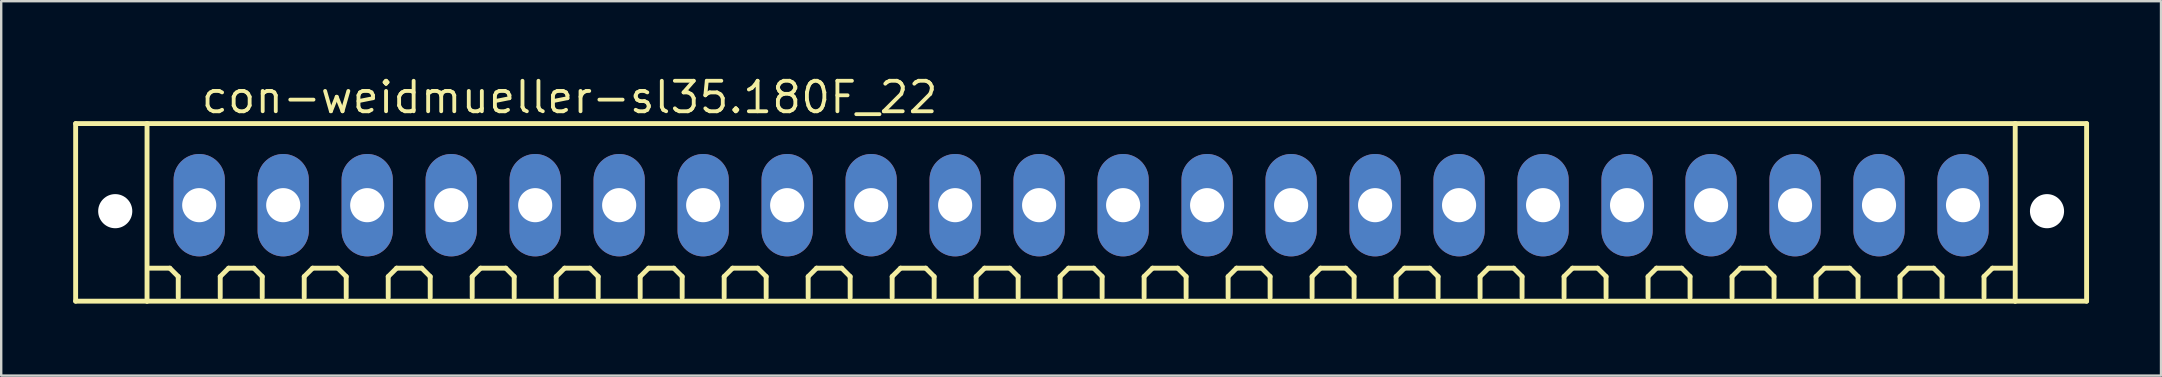
<source format=kicad_pcb>
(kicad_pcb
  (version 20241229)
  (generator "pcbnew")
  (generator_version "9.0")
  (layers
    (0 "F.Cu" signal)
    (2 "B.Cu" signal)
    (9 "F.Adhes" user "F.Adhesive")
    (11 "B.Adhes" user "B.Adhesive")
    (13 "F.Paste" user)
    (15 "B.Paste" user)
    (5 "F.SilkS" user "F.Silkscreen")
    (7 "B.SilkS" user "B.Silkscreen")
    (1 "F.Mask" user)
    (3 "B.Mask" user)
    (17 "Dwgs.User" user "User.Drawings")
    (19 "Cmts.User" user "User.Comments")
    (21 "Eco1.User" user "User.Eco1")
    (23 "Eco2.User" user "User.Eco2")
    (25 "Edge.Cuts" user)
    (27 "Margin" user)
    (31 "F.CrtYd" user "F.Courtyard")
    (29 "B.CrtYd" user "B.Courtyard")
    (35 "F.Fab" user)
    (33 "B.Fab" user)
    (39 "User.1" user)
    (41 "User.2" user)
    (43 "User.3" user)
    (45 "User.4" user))
  (footprint "con-weidmueller-sl35.180F_22"
    (layer "F.Cu")
    (at 42.002 5.5)
    (property "Reference" "con-weidmueller-sl35.180F_22" (at -36.75 -3.75 0) (layer "F.SilkS") (effects (font (size 1.27 1.27) (thickness 0.16)) (justify left bottom)))
    (attr through_hole)
    (fp_line (start -41.9 -3.4) (end -38.925 -3.4) (stroke (width 0.203) (type default)) (layer "F.SilkS"))
    (fp_line (start -41.9 4) (end -41.9 -3.4) (stroke (width 0.203) (type default)) (layer "F.SilkS"))
    (fp_line (start -38.925 -3.4) (end 38.925 -3.4) (stroke (width 0.203) (type default)) (layer "F.SilkS"))
    (fp_line (start -38.925 4) (end -41.9 4) (stroke (width 0.203) (type default)) (layer "F.SilkS"))
    (fp_line (start -38.925 4) (end -38.925 -3.4) (stroke (width 0.203) (type default)) (layer "F.SilkS"))
    (fp_line (start -37.975 2.625) (end -38.85 2.625) (stroke (width 0.203) (type default)) (layer "F.SilkS"))
    (fp_line (start -37.625 2.975) (end -37.975 2.625) (stroke (width 0.203) (type default)) (layer "F.SilkS"))
    (fp_line (start -37.625 3.85) (end -37.625 2.975) (stroke (width 0.203) (type default)) (layer "F.SilkS"))
    (fp_line (start -35.875 2.975) (end -35.525 2.625) (stroke (width 0.203) (type default)) (layer "F.SilkS"))
    (fp_line (start -35.875 3.85) (end -35.875 2.975) (stroke (width 0.203) (type default)) (layer "F.SilkS"))
    (fp_line (start -35.525 2.625) (end -34.475 2.625) (stroke (width 0.203) (type default)) (layer "F.SilkS"))
    (fp_line (start -34.475 2.625) (end -34.125 2.975) (stroke (width 0.203) (type default)) (layer "F.SilkS"))
    (fp_line (start -34.125 2.975) (end -34.125 3.85) (stroke (width 0.203) (type default)) (layer "F.SilkS"))
    (fp_line (start -32.375 2.975) (end -32.025 2.625) (stroke (width 0.203) (type default)) (layer "F.SilkS"))
    (fp_line (start -32.375 3.85) (end -32.375 2.975) (stroke (width 0.203) (type default)) (layer "F.SilkS"))
    (fp_line (start -32.025 2.625) (end -30.975 2.625) (stroke (width 0.203) (type default)) (layer "F.SilkS"))
    (fp_line (start -30.975 2.625) (end -30.625 2.975) (stroke (width 0.203) (type default)) (layer "F.SilkS"))
    (fp_line (start -30.625 2.975) (end -30.625 3.85) (stroke (width 0.203) (type default)) (layer "F.SilkS"))
    (fp_line (start -28.875 2.975) (end -28.525 2.625) (stroke (width 0.203) (type default)) (layer "F.SilkS"))
    (fp_line (start -28.875 3.85) (end -28.875 2.975) (stroke (width 0.203) (type default)) (layer "F.SilkS"))
    (fp_line (start -28.525 2.625) (end -27.475 2.625) (stroke (width 0.203) (type default)) (layer "F.SilkS"))
    (fp_line (start -27.475 2.625) (end -27.125 2.975) (stroke (width 0.203) (type default)) (layer "F.SilkS"))
    (fp_line (start -27.125 2.975) (end -27.125 3.85) (stroke (width 0.203) (type default)) (layer "F.SilkS"))
    (fp_line (start -25.375 2.975) (end -25.025 2.625) (stroke (width 0.203) (type default)) (layer "F.SilkS"))
    (fp_line (start -25.375 3.85) (end -25.375 2.975) (stroke (width 0.203) (type default)) (layer "F.SilkS"))
    (fp_line (start -25.025 2.625) (end -23.975 2.625) (stroke (width 0.203) (type default)) (layer "F.SilkS"))
    (fp_line (start -23.975 2.625) (end -23.625 2.975) (stroke (width 0.203) (type default)) (layer "F.SilkS"))
    (fp_line (start -23.625 2.975) (end -23.625 3.85) (stroke (width 0.203) (type default)) (layer "F.SilkS"))
    (fp_line (start -21.875 2.975) (end -21.525 2.625) (stroke (width 0.203) (type default)) (layer "F.SilkS"))
    (fp_line (start -21.875 3.85) (end -21.875 2.975) (stroke (width 0.203) (type default)) (layer "F.SilkS"))
    (fp_line (start -21.525 2.625) (end -20.475 2.625) (stroke (width 0.203) (type default)) (layer "F.SilkS"))
    (fp_line (start -20.475 2.625) (end -20.125 2.975) (stroke (width 0.203) (type default)) (layer "F.SilkS"))
    (fp_line (start -20.125 2.975) (end -20.125 3.85) (stroke (width 0.203) (type default)) (layer "F.SilkS"))
    (fp_line (start -18.375 2.975) (end -18.025 2.625) (stroke (width 0.203) (type default)) (layer "F.SilkS"))
    (fp_line (start -18.375 3.85) (end -18.375 2.975) (stroke (width 0.203) (type default)) (layer "F.SilkS"))
    (fp_line (start -18.025 2.625) (end -16.975 2.625) (stroke (width 0.203) (type default)) (layer "F.SilkS"))
    (fp_line (start -16.975 2.625) (end -16.625 2.975) (stroke (width 0.203) (type default)) (layer "F.SilkS"))
    (fp_line (start -16.625 2.975) (end -16.625 3.85) (stroke (width 0.203) (type default)) (layer "F.SilkS"))
    (fp_line (start -14.875 2.975) (end -14.525 2.625) (stroke (width 0.203) (type default)) (layer "F.SilkS"))
    (fp_line (start -14.875 3.85) (end -14.875 2.975) (stroke (width 0.203) (type default)) (layer "F.SilkS"))
    (fp_line (start -14.525 2.625) (end -13.475 2.625) (stroke (width 0.203) (type default)) (layer "F.SilkS"))
    (fp_line (start -13.475 2.625) (end -13.125 2.975) (stroke (width 0.203) (type default)) (layer "F.SilkS"))
    (fp_line (start -13.125 2.975) (end -13.125 3.85) (stroke (width 0.203) (type default)) (layer "F.SilkS"))
    (fp_line (start -11.375 2.975) (end -11.025 2.625) (stroke (width 0.203) (type default)) (layer "F.SilkS"))
    (fp_line (start -11.375 3.85) (end -11.375 2.975) (stroke (width 0.203) (type default)) (layer "F.SilkS"))
    (fp_line (start -11.025 2.625) (end -9.975 2.625) (stroke (width 0.203) (type default)) (layer "F.SilkS"))
    (fp_line (start -9.975 2.625) (end -9.625 2.975) (stroke (width 0.203) (type default)) (layer "F.SilkS"))
    (fp_line (start -9.625 2.975) (end -9.625 3.85) (stroke (width 0.203) (type default)) (layer "F.SilkS"))
    (fp_line (start -7.875 2.975) (end -7.525 2.625) (stroke (width 0.203) (type default)) (layer "F.SilkS"))
    (fp_line (start -7.875 3.85) (end -7.875 2.975) (stroke (width 0.203) (type default)) (layer "F.SilkS"))
    (fp_line (start -7.525 2.625) (end -6.475 2.625) (stroke (width 0.203) (type default)) (layer "F.SilkS"))
    (fp_line (start -6.475 2.625) (end -6.125 2.975) (stroke (width 0.203) (type default)) (layer "F.SilkS"))
    (fp_line (start -6.125 2.975) (end -6.125 3.85) (stroke (width 0.203) (type default)) (layer "F.SilkS"))
    (fp_line (start -4.375 2.975) (end -4.025 2.625) (stroke (width 0.203) (type default)) (layer "F.SilkS"))
    (fp_line (start -4.375 3.85) (end -4.375 2.975) (stroke (width 0.203) (type default)) (layer "F.SilkS"))
    (fp_line (start -4.025 2.625) (end -2.975 2.625) (stroke (width 0.203) (type default)) (layer "F.SilkS"))
    (fp_line (start -2.975 2.625) (end -2.625 2.975) (stroke (width 0.203) (type default)) (layer "F.SilkS"))
    (fp_line (start -2.625 2.975) (end -2.625 3.85) (stroke (width 0.203) (type default)) (layer "F.SilkS"))
    (fp_line (start -0.875 2.975) (end -0.525 2.625) (stroke (width 0.203) (type default)) (layer "F.SilkS"))
    (fp_line (start -0.875 3.85) (end -0.875 2.975) (stroke (width 0.203) (type default)) (layer "F.SilkS"))
    (fp_line (start -0.525 2.625) (end 0.525 2.625) (stroke (width 0.203) (type default)) (layer "F.SilkS"))
    (fp_line (start 0.525 2.625) (end 0.875 2.975) (stroke (width 0.203) (type default)) (layer "F.SilkS"))
    (fp_line (start 0.875 2.975) (end 0.875 3.85) (stroke (width 0.203) (type default)) (layer "F.SilkS"))
    (fp_line (start 2.625 2.975) (end 2.975 2.625) (stroke (width 0.203) (type default)) (layer "F.SilkS"))
    (fp_line (start 2.625 3.85) (end 2.625 2.975) (stroke (width 0.203) (type default)) (layer "F.SilkS"))
    (fp_line (start 2.975 2.625) (end 4.025 2.625) (stroke (width 0.203) (type default)) (layer "F.SilkS"))
    (fp_line (start 4.025 2.625) (end 4.375 2.975) (stroke (width 0.203) (type default)) (layer "F.SilkS"))
    (fp_line (start 4.375 2.975) (end 4.375 3.85) (stroke (width 0.203) (type default)) (layer "F.SilkS"))
    (fp_line (start 6.125 2.975) (end 6.475 2.625) (stroke (width 0.203) (type default)) (layer "F.SilkS"))
    (fp_line (start 6.125 3.85) (end 6.125 2.975) (stroke (width 0.203) (type default)) (layer "F.SilkS"))
    (fp_line (start 6.475 2.625) (end 7.525 2.625) (stroke (width 0.203) (type default)) (layer "F.SilkS"))
    (fp_line (start 7.525 2.625) (end 7.875 2.975) (stroke (width 0.203) (type default)) (layer "F.SilkS"))
    (fp_line (start 7.875 2.975) (end 7.875 3.85) (stroke (width 0.203) (type default)) (layer "F.SilkS"))
    (fp_line (start 9.625 2.975) (end 9.975 2.625) (stroke (width 0.203) (type default)) (layer "F.SilkS"))
    (fp_line (start 9.625 3.85) (end 9.625 2.975) (stroke (width 0.203) (type default)) (layer "F.SilkS"))
    (fp_line (start 9.975 2.625) (end 11.025 2.625) (stroke (width 0.203) (type default)) (layer "F.SilkS"))
    (fp_line (start 11.025 2.625) (end 11.375 2.975) (stroke (width 0.203) (type default)) (layer "F.SilkS"))
    (fp_line (start 11.375 2.975) (end 11.375 3.85) (stroke (width 0.203) (type default)) (layer "F.SilkS"))
    (fp_line (start 13.125 2.975) (end 13.475 2.625) (stroke (width 0.203) (type default)) (layer "F.SilkS"))
    (fp_line (start 13.125 3.85) (end 13.125 2.975) (stroke (width 0.203) (type default)) (layer "F.SilkS"))
    (fp_line (start 13.475 2.625) (end 14.525 2.625) (stroke (width 0.203) (type default)) (layer "F.SilkS"))
    (fp_line (start 14.525 2.625) (end 14.875 2.975) (stroke (width 0.203) (type default)) (layer "F.SilkS"))
    (fp_line (start 14.875 2.975) (end 14.875 3.85) (stroke (width 0.203) (type default)) (layer "F.SilkS"))
    (fp_line (start 16.625 2.975) (end 16.975 2.625) (stroke (width 0.203) (type default)) (layer "F.SilkS"))
    (fp_line (start 16.625 3.85) (end 16.625 2.975) (stroke (width 0.203) (type default)) (layer "F.SilkS"))
    (fp_line (start 16.975 2.625) (end 18.025 2.625) (stroke (width 0.203) (type default)) (layer "F.SilkS"))
    (fp_line (start 18.025 2.625) (end 18.375 2.975) (stroke (width 0.203) (type default)) (layer "F.SilkS"))
    (fp_line (start 18.375 2.975) (end 18.375 3.85) (stroke (width 0.203) (type default)) (layer "F.SilkS"))
    (fp_line (start 20.125 2.975) (end 20.475 2.625) (stroke (width 0.203) (type default)) (layer "F.SilkS"))
    (fp_line (start 20.125 3.85) (end 20.125 2.975) (stroke (width 0.203) (type default)) (layer "F.SilkS"))
    (fp_line (start 20.475 2.625) (end 21.525 2.625) (stroke (width 0.203) (type default)) (layer "F.SilkS"))
    (fp_line (start 21.525 2.625) (end 21.875 2.975) (stroke (width 0.203) (type default)) (layer "F.SilkS"))
    (fp_line (start 21.875 2.975) (end 21.875 3.85) (stroke (width 0.203) (type default)) (layer "F.SilkS"))
    (fp_line (start 23.625 2.975) (end 23.975 2.625) (stroke (width 0.203) (type default)) (layer "F.SilkS"))
    (fp_line (start 23.625 3.85) (end 23.625 2.975) (stroke (width 0.203) (type default)) (layer "F.SilkS"))
    (fp_line (start 23.975 2.625) (end 25.025 2.625) (stroke (width 0.203) (type default)) (layer "F.SilkS"))
    (fp_line (start 25.025 2.625) (end 25.375 2.975) (stroke (width 0.203) (type default)) (layer "F.SilkS"))
    (fp_line (start 25.375 2.975) (end 25.375 3.85) (stroke (width 0.203) (type default)) (layer "F.SilkS"))
    (fp_line (start 27.125 2.975) (end 27.475 2.625) (stroke (width 0.203) (type default)) (layer "F.SilkS"))
    (fp_line (start 27.125 3.85) (end 27.125 2.975) (stroke (width 0.203) (type default)) (layer "F.SilkS"))
    (fp_line (start 27.475 2.625) (end 28.525 2.625) (stroke (width 0.203) (type default)) (layer "F.SilkS"))
    (fp_line (start 28.525 2.625) (end 28.875 2.975) (stroke (width 0.203) (type default)) (layer "F.SilkS"))
    (fp_line (start 28.875 2.975) (end 28.875 3.85) (stroke (width 0.203) (type default)) (layer "F.SilkS"))
    (fp_line (start 30.625 2.975) (end 30.975 2.625) (stroke (width 0.203) (type default)) (layer "F.SilkS"))
    (fp_line (start 30.625 3.85) (end 30.625 2.975) (stroke (width 0.203) (type default)) (layer "F.SilkS"))
    (fp_line (start 30.975 2.625) (end 32.025 2.625) (stroke (width 0.203) (type default)) (layer "F.SilkS"))
    (fp_line (start 32.025 2.625) (end 32.375 2.975) (stroke (width 0.203) (type default)) (layer "F.SilkS"))
    (fp_line (start 32.375 2.975) (end 32.375 3.85) (stroke (width 0.203) (type default)) (layer "F.SilkS"))
    (fp_line (start 34.125 2.975) (end 34.475 2.625) (stroke (width 0.203) (type default)) (layer "F.SilkS"))
    (fp_line (start 34.125 3.85) (end 34.125 2.975) (stroke (width 0.203) (type default)) (layer "F.SilkS"))
    (fp_line (start 34.475 2.625) (end 35.525 2.625) (stroke (width 0.203) (type default)) (layer "F.SilkS"))
    (fp_line (start 35.525 2.625) (end 35.875 2.975) (stroke (width 0.203) (type default)) (layer "F.SilkS"))
    (fp_line (start 35.875 2.975) (end 35.875 3.85) (stroke (width 0.203) (type default)) (layer "F.SilkS"))
    (fp_line (start 37.625 2.975) (end 37.975 2.625) (stroke (width 0.203) (type default)) (layer "F.SilkS"))
    (fp_line (start 37.625 3.85) (end 37.625 2.975) (stroke (width 0.203) (type default)) (layer "F.SilkS"))
    (fp_line (start 37.975 2.625) (end 38.85 2.625) (stroke (width 0.203) (type default)) (layer "F.SilkS"))
    (fp_line (start 38.925 -3.4) (end 38.925 4) (stroke (width 0.203) (type default)) (layer "F.SilkS"))
    (fp_line (start 38.925 -3.4) (end 41.9 -3.4) (stroke (width 0.203) (type default)) (layer "F.SilkS"))
    (fp_line (start 38.925 4) (end -38.925 4) (stroke (width 0.203) (type default)) (layer "F.SilkS"))
    (fp_line (start 41.9 -3.4) (end 41.9 4) (stroke (width 0.203) (type default)) (layer "F.SilkS"))
    (fp_line (start 41.9 4) (end 38.925 4) (stroke (width 0.203) (type default)) (layer "F.SilkS"))
    (pad "" np_thru_hole circle (at -40.25 0.25) (size 1.422 1.422) (drill 1.422) (layers "*.Cu" "*.Mask"))
    (pad "" np_thru_hole circle (at 40.25 0.25) (size 1.422 1.422) (drill 1.422) (layers "*.Cu" "*.Mask"))
    (pad "1" thru_hole oval (at -36.75 0 90) (size 4.267 2.134) (drill 1.422) (layers "*.Cu" "*.Mask"))
    (pad "2" thru_hole oval (at -33.25 0 90) (size 4.267 2.134) (drill 1.422) (layers "*.Cu" "*.Mask"))
    (pad "3" thru_hole oval (at -29.75 0 90) (size 4.267 2.134) (drill 1.422) (layers "*.Cu" "*.Mask"))
    (pad "4" thru_hole oval (at -26.25 0 90) (size 4.267 2.134) (drill 1.422) (layers "*.Cu" "*.Mask"))
    (pad "5" thru_hole oval (at -22.75 0 90) (size 4.267 2.134) (drill 1.422) (layers "*.Cu" "*.Mask"))
    (pad "6" thru_hole oval (at -19.25 0 90) (size 4.267 2.134) (drill 1.422) (layers "*.Cu" "*.Mask"))
    (pad "7" thru_hole oval (at -15.75 0 90) (size 4.267 2.134) (drill 1.422) (layers "*.Cu" "*.Mask"))
    (pad "8" thru_hole oval (at -12.25 0 90) (size 4.267 2.134) (drill 1.422) (layers "*.Cu" "*.Mask"))
    (pad "9" thru_hole oval (at -8.75 0 90) (size 4.267 2.134) (drill 1.422) (layers "*.Cu" "*.Mask"))
    (pad "10" thru_hole oval (at -5.25 0 90) (size 4.267 2.134) (drill 1.422) (layers "*.Cu" "*.Mask"))
    (pad "11" thru_hole oval (at -1.75 0 90) (size 4.267 2.134) (drill 1.422) (layers "*.Cu" "*.Mask"))
    (pad "12" thru_hole oval (at 1.75 0 90) (size 4.267 2.134) (drill 1.422) (layers "*.Cu" "*.Mask"))
    (pad "13" thru_hole oval (at 5.25 0 90) (size 4.267 2.134) (drill 1.422) (layers "*.Cu" "*.Mask"))
    (pad "14" thru_hole oval (at 8.75 0 90) (size 4.267 2.134) (drill 1.422) (layers "*.Cu" "*.Mask"))
    (pad "15" thru_hole oval (at 12.25 0 90) (size 4.267 2.134) (drill 1.422) (layers "*.Cu" "*.Mask"))
    (pad "16" thru_hole oval (at 15.75 0 90) (size 4.267 2.134) (drill 1.422) (layers "*.Cu" "*.Mask"))
    (pad "17" thru_hole oval (at 19.25 0 90) (size 4.267 2.134) (drill 1.422) (layers "*.Cu" "*.Mask"))
    (pad "18" thru_hole oval (at 22.75 0 90) (size 4.267 2.134) (drill 1.422) (layers "*.Cu" "*.Mask"))
    (pad "19" thru_hole oval (at 26.25 0 90) (size 4.267 2.134) (drill 1.422) (layers "*.Cu" "*.Mask"))
    (pad "20" thru_hole oval (at 29.75 0 90) (size 4.267 2.134) (drill 1.422) (layers "*.Cu" "*.Mask"))
    (pad "21" thru_hole oval (at 33.25 0 90) (size 4.267 2.134) (drill 1.422) (layers "*.Cu" "*.Mask"))
    (pad "22" thru_hole oval (at 36.75 0 90) (size 4.267 2.134) (drill 1.422) (layers "*.Cu" "*.Mask")))
  (gr_rect
    (start -3 -3)
    (end 87.003 12.602)
    (stroke (width 0.1) (type default))
    (fill no)
    (layer "Edge.Cuts")))
</source>
